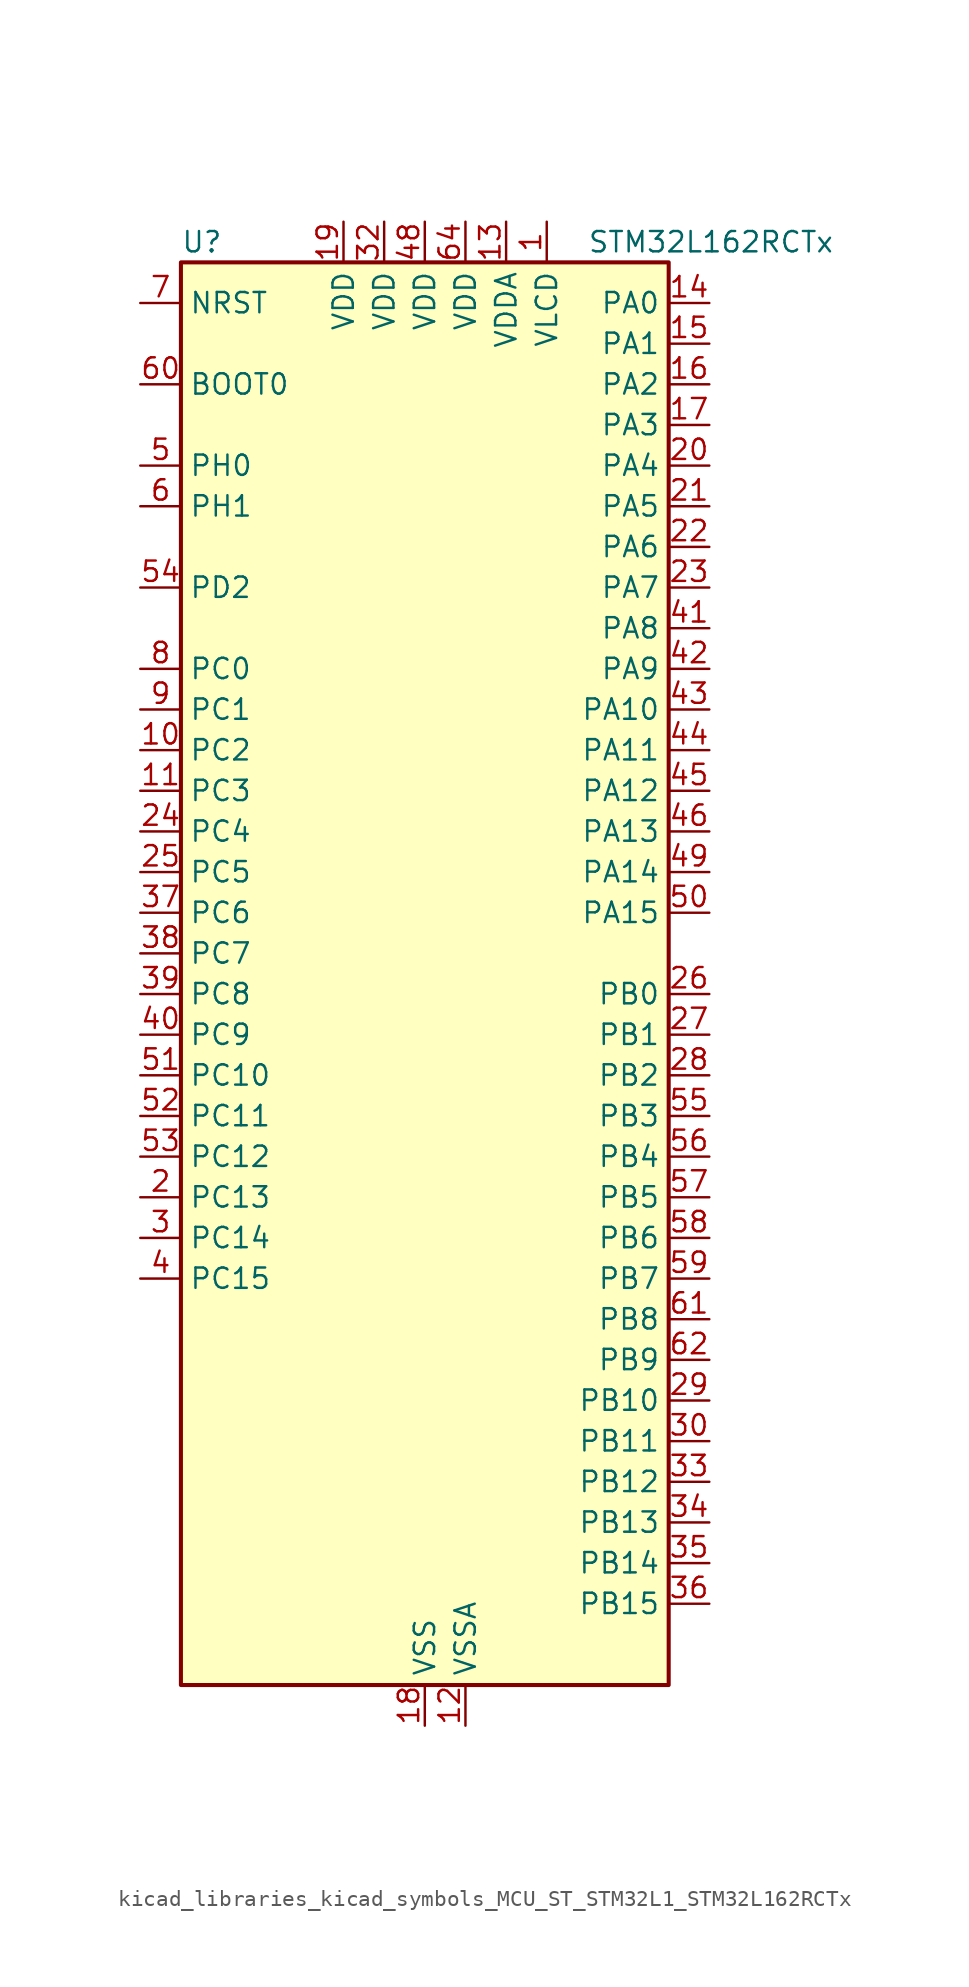
<source format=kicad_sym>
(kicad_symbol_lib
  (version 20220914)
  (generator kicad_symbol_editor)
  (symbol "kicad_libraries_kicad_symbols_MCU_ST_STM32L1_STM32L162RCTx"
    (property "Reference" "U"
      (at -15.24 46.99 0)
      (effects (font (size 1.27 1.27)) (justify left)))
    (property "Value" "STM32L162RCTx"
      (at 10.16 46.99 0)
      (effects (font (size 1.27 1.27)) (justify left)))
    (property "ki_locked" ""
      (at 0 0 0)
      (effects (font (size 1.27 1.27))))
    (symbol "kicad_libraries_kicad_symbols_MCU_ST_STM32L1_STM32L162RCTx_0_1"
      (rectangle (start -15.24 -43.18) (end 15.24 45.72) (stroke (width 0.254) (type default)) (fill (type background))))
    (symbol "kicad_libraries_kicad_symbols_MCU_ST_STM32L1_STM32L162RCTx_1_1"
      (pin power_in line (at 7.62 48.26 270) (length 2.54) (name "VLCD" (effects (font (size 1.27 1.27)))) (number "1" (effects (font (size 1.27 1.27)))))
      (pin bidirectional line (at -17.78 15.24 0) (length 2.54) (name "PC2" (effects (font (size 1.27 1.27)))) (number "10" (effects (font (size 1.27 1.27)))) (alternate "ADC_IN12" bidirectional line) (alternate "COMP1_INP" bidirectional line) (alternate "LCD_SEG20" bidirectional line) (alternate "TIMX_IC3" bidirectional line) (alternate "TS_G8_IO3" bidirectional line))
      (pin bidirectional line (at -17.78 12.7 0) (length 2.54) (name "PC3" (effects (font (size 1.27 1.27)))) (number "11" (effects (font (size 1.27 1.27)))) (alternate "ADC_IN13" bidirectional line) (alternate "COMP1_INP" bidirectional line) (alternate "LCD_SEG21" bidirectional line) (alternate "TIMX_IC4" bidirectional line) (alternate "TS_G8_IO4" bidirectional line))
      (pin power_in line (at 2.54 -45.72 90) (length 2.54) (name "VSSA" (effects (font (size 1.27 1.27)))) (number "12" (effects (font (size 1.27 1.27)))))
      (pin power_in line (at 5.08 48.26 270) (length 2.54) (name "VDDA" (effects (font (size 1.27 1.27)))) (number "13" (effects (font (size 1.27 1.27)))))
      (pin bidirectional line (at 17.78 43.18 180) (length 2.54) (name "PA0" (effects (font (size 1.27 1.27)))) (number "14" (effects (font (size 1.27 1.27)))) (alternate "ADC_IN0" bidirectional line) (alternate "COMP1_INP" bidirectional line) (alternate "RTC_TAMP2" bidirectional line) (alternate "SYS_WKUP1" bidirectional line) (alternate "TIM2_CH1" bidirectional line) (alternate "TIM2_ETR" bidirectional line) (alternate "TIM5_CH1" bidirectional line) (alternate "TIMX_IC1" bidirectional line) (alternate "TS_G1_IO1" bidirectional line) (alternate "USART2_CTS" bidirectional line))
      (pin bidirectional line (at 17.78 40.64 180) (length 2.54) (name "PA1" (effects (font (size 1.27 1.27)))) (number "15" (effects (font (size 1.27 1.27)))) (alternate "ADC_IN1" bidirectional line) (alternate "COMP1_INP" bidirectional line) (alternate "LCD_SEG0" bidirectional line) (alternate "OPAMP1_VINP" bidirectional line) (alternate "TIM2_CH2" bidirectional line) (alternate "TIM5_CH2" bidirectional line) (alternate "TIMX_IC2" bidirectional line) (alternate "TS_G1_IO2" bidirectional line) (alternate "USART2_RTS" bidirectional line))
      (pin bidirectional line (at 17.78 38.1 180) (length 2.54) (name "PA2" (effects (font (size 1.27 1.27)))) (number "16" (effects (font (size 1.27 1.27)))) (alternate "ADC_IN2" bidirectional line) (alternate "COMP1_INP" bidirectional line) (alternate "LCD_SEG1" bidirectional line) (alternate "OPAMP1_VINM" bidirectional line) (alternate "TIM2_CH3" bidirectional line) (alternate "TIM5_CH3" bidirectional line) (alternate "TIM9_CH1" bidirectional line) (alternate "TIMX_IC3" bidirectional line) (alternate "TS_G1_IO3" bidirectional line) (alternate "USART2_TX" bidirectional line))
      (pin bidirectional line (at 17.78 35.56 180) (length 2.54) (name "PA3" (effects (font (size 1.27 1.27)))) (number "17" (effects (font (size 1.27 1.27)))) (alternate "ADC_IN3" bidirectional line) (alternate "COMP1_INP" bidirectional line) (alternate "LCD_SEG2" bidirectional line) (alternate "OPAMP1_VOUT" bidirectional line) (alternate "TIM2_CH4" bidirectional line) (alternate "TIM5_CH4" bidirectional line) (alternate "TIM9_CH2" bidirectional line) (alternate "TIMX_IC4" bidirectional line) (alternate "TS_G1_IO4" bidirectional line) (alternate "USART2_RX" bidirectional line))
      (pin power_in line (at 0 -45.72 90) (length 2.54) (name "VSS" (effects (font (size 1.27 1.27)))) (number "18" (effects (font (size 1.27 1.27)))))
      (pin power_in line (at -5.08 48.26 270) (length 2.54) (name "VDD" (effects (font (size 1.27 1.27)))) (number "19" (effects (font (size 1.27 1.27)))))
      (pin bidirectional line (at -17.78 -12.7 0) (length 2.54) (name "PC13" (effects (font (size 1.27 1.27)))) (number "2" (effects (font (size 1.27 1.27)))) (alternate "RTC_OUT_ALARM" bidirectional line) (alternate "RTC_OUT_CALIB" bidirectional line) (alternate "RTC_TAMP1" bidirectional line) (alternate "RTC_TS" bidirectional line) (alternate "SYS_WKUP2" bidirectional line) (alternate "TIMX_IC2" bidirectional line))
      (pin bidirectional line (at 17.78 33.02 180) (length 2.54) (name "PA4" (effects (font (size 1.27 1.27)))) (number "20" (effects (font (size 1.27 1.27)))) (alternate "ADC_IN4" bidirectional line) (alternate "COMP1_INP" bidirectional line) (alternate "DAC_OUT1" bidirectional line) (alternate "I2S3_WS" bidirectional line) (alternate "SPI1_NSS" bidirectional line) (alternate "SPI3_NSS" bidirectional line) (alternate "TIMX_IC1" bidirectional line) (alternate "USART2_CK" bidirectional line))
      (pin bidirectional line (at 17.78 30.48 180) (length 2.54) (name "PA5" (effects (font (size 1.27 1.27)))) (number "21" (effects (font (size 1.27 1.27)))) (alternate "ADC_IN5" bidirectional line) (alternate "COMP1_INP" bidirectional line) (alternate "DAC_OUT2" bidirectional line) (alternate "SPI1_SCK" bidirectional line) (alternate "TIM2_CH1" bidirectional line) (alternate "TIM2_ETR" bidirectional line) (alternate "TIMX_IC2" bidirectional line))
      (pin bidirectional line (at 17.78 27.94 180) (length 2.54) (name "PA6" (effects (font (size 1.27 1.27)))) (number "22" (effects (font (size 1.27 1.27)))) (alternate "ADC_IN6" bidirectional line) (alternate "COMP1_INP" bidirectional line) (alternate "LCD_SEG3" bidirectional line) (alternate "OPAMP2_VINP" bidirectional line) (alternate "SPI1_MISO" bidirectional line) (alternate "TIM10_CH1" bidirectional line) (alternate "TIM3_CH1" bidirectional line) (alternate "TIMX_IC3" bidirectional line) (alternate "TS_G2_IO1" bidirectional line))
      (pin bidirectional line (at 17.78 25.4 180) (length 2.54) (name "PA7" (effects (font (size 1.27 1.27)))) (number "23" (effects (font (size 1.27 1.27)))) (alternate "ADC_IN7" bidirectional line) (alternate "COMP1_INP" bidirectional line) (alternate "LCD_SEG4" bidirectional line) (alternate "OPAMP2_VINM" bidirectional line) (alternate "SPI1_MOSI" bidirectional line) (alternate "TIM11_CH1" bidirectional line) (alternate "TIM3_CH2" bidirectional line) (alternate "TIMX_IC4" bidirectional line) (alternate "TS_G2_IO2" bidirectional line))
      (pin bidirectional line (at -17.78 10.16 0) (length 2.54) (name "PC4" (effects (font (size 1.27 1.27)))) (number "24" (effects (font (size 1.27 1.27)))) (alternate "ADC_IN14" bidirectional line) (alternate "COMP1_INP" bidirectional line) (alternate "LCD_SEG22" bidirectional line) (alternate "TIMX_IC1" bidirectional line) (alternate "TS_G9_IO1" bidirectional line))
      (pin bidirectional line (at -17.78 7.62 0) (length 2.54) (name "PC5" (effects (font (size 1.27 1.27)))) (number "25" (effects (font (size 1.27 1.27)))) (alternate "ADC_IN15" bidirectional line) (alternate "COMP1_INP" bidirectional line) (alternate "LCD_SEG23" bidirectional line) (alternate "TIMX_IC2" bidirectional line) (alternate "TS_G9_IO2" bidirectional line))
      (pin bidirectional line (at 17.78 0 180) (length 2.54) (name "PB0" (effects (font (size 1.27 1.27)))) (number "26" (effects (font (size 1.27 1.27)))) (alternate "ADC_IN8" bidirectional line) (alternate "COMP1_INP" bidirectional line) (alternate "LCD_SEG5" bidirectional line) (alternate "OPAMP2_VOUT" bidirectional line) (alternate "SYS_V_REF_OUT" bidirectional line) (alternate "TIM3_CH3" bidirectional line) (alternate "TS_G3_IO1" bidirectional line))
      (pin bidirectional line (at 17.78 -2.54 180) (length 2.54) (name "PB1" (effects (font (size 1.27 1.27)))) (number "27" (effects (font (size 1.27 1.27)))) (alternate "ADC_IN9" bidirectional line) (alternate "COMP1_INP" bidirectional line) (alternate "LCD_SEG6" bidirectional line) (alternate "SYS_V_REF_OUT" bidirectional line) (alternate "TIM3_CH4" bidirectional line) (alternate "TS_G3_IO2" bidirectional line))
      (pin bidirectional line (at 17.78 -5.08 180) (length 2.54) (name "PB2" (effects (font (size 1.27 1.27)))) (number "28" (effects (font (size 1.27 1.27)))) (alternate "TS_G3_IO3" bidirectional line))
      (pin bidirectional line (at 17.78 -25.4 180) (length 2.54) (name "PB10" (effects (font (size 1.27 1.27)))) (number "29" (effects (font (size 1.27 1.27)))) (alternate "I2C2_SCL" bidirectional line) (alternate "LCD_SEG10" bidirectional line) (alternate "TIM2_CH3" bidirectional line) (alternate "USART3_TX" bidirectional line))
      (pin bidirectional line (at -17.78 -15.24 0) (length 2.54) (name "PC14" (effects (font (size 1.27 1.27)))) (number "3" (effects (font (size 1.27 1.27)))) (alternate "RCC_OSC32_IN" bidirectional line) (alternate "TIMX_IC3" bidirectional line))
      (pin bidirectional line (at 17.78 -27.94 180) (length 2.54) (name "PB11" (effects (font (size 1.27 1.27)))) (number "30" (effects (font (size 1.27 1.27)))) (alternate "ADC_EXTI11" bidirectional line) (alternate "I2C2_SDA" bidirectional line) (alternate "LCD_SEG11" bidirectional line) (alternate "TIM2_CH4" bidirectional line) (alternate "USART3_RX" bidirectional line))
      (pin passive line (at 0 -45.72 90) (length 2.54) hide (name "VSS" (effects (font (size 1.27 1.27)))) (number "31" (effects (font (size 1.27 1.27)))))
      (pin power_in line (at -2.54 48.26 270) (length 2.54) (name "VDD" (effects (font (size 1.27 1.27)))) (number "32" (effects (font (size 1.27 1.27)))))
      (pin bidirectional line (at 17.78 -30.48 180) (length 2.54) (name "PB12" (effects (font (size 1.27 1.27)))) (number "33" (effects (font (size 1.27 1.27)))) (alternate "ADC_IN18" bidirectional line) (alternate "COMP1_INP" bidirectional line) (alternate "I2C2_SMBA" bidirectional line) (alternate "I2S2_WS" bidirectional line) (alternate "LCD_SEG12" bidirectional line) (alternate "SPI2_NSS" bidirectional line) (alternate "TIM10_CH1" bidirectional line) (alternate "TS_G7_IO1" bidirectional line) (alternate "USART3_CK" bidirectional line))
      (pin bidirectional line (at 17.78 -33.02 180) (length 2.54) (name "PB13" (effects (font (size 1.27 1.27)))) (number "34" (effects (font (size 1.27 1.27)))) (alternate "ADC_IN19" bidirectional line) (alternate "COMP1_INP" bidirectional line) (alternate "I2S2_CK" bidirectional line) (alternate "LCD_SEG13" bidirectional line) (alternate "SPI2_SCK" bidirectional line) (alternate "TIM9_CH1" bidirectional line) (alternate "TS_G7_IO2" bidirectional line) (alternate "USART3_CTS" bidirectional line))
      (pin bidirectional line (at 17.78 -35.56 180) (length 2.54) (name "PB14" (effects (font (size 1.27 1.27)))) (number "35" (effects (font (size 1.27 1.27)))) (alternate "ADC_IN20" bidirectional line) (alternate "COMP1_INP" bidirectional line) (alternate "LCD_SEG14" bidirectional line) (alternate "SPI2_MISO" bidirectional line) (alternate "TIM9_CH2" bidirectional line) (alternate "TS_G7_IO3" bidirectional line) (alternate "USART3_RTS" bidirectional line))
      (pin bidirectional line (at 17.78 -38.1 180) (length 2.54) (name "PB15" (effects (font (size 1.27 1.27)))) (number "36" (effects (font (size 1.27 1.27)))) (alternate "ADC_EXTI15" bidirectional line) (alternate "ADC_IN21" bidirectional line) (alternate "COMP1_INP" bidirectional line) (alternate "I2S2_SD" bidirectional line) (alternate "LCD_SEG15" bidirectional line) (alternate "RTC_REFIN" bidirectional line) (alternate "SPI2_MOSI" bidirectional line) (alternate "TIM11_CH1" bidirectional line) (alternate "TS_G7_IO4" bidirectional line))
      (pin bidirectional line (at -17.78 5.08 0) (length 2.54) (name "PC6" (effects (font (size 1.27 1.27)))) (number "37" (effects (font (size 1.27 1.27)))) (alternate "I2S2_MCK" bidirectional line) (alternate "LCD_SEG24" bidirectional line) (alternate "TIM3_CH1" bidirectional line) (alternate "TIMX_IC3" bidirectional line) (alternate "TS_G10_IO1" bidirectional line))
      (pin bidirectional line (at -17.78 2.54 0) (length 2.54) (name "PC7" (effects (font (size 1.27 1.27)))) (number "38" (effects (font (size 1.27 1.27)))) (alternate "I2S3_MCK" bidirectional line) (alternate "LCD_SEG25" bidirectional line) (alternate "TIM3_CH2" bidirectional line) (alternate "TIMX_IC4" bidirectional line) (alternate "TS_G10_IO2" bidirectional line))
      (pin bidirectional line (at -17.78 0 0) (length 2.54) (name "PC8" (effects (font (size 1.27 1.27)))) (number "39" (effects (font (size 1.27 1.27)))) (alternate "LCD_SEG26" bidirectional line) (alternate "TIM3_CH3" bidirectional line) (alternate "TIMX_IC1" bidirectional line) (alternate "TS_G10_IO3" bidirectional line))
      (pin bidirectional line (at -17.78 -17.78 0) (length 2.54) (name "PC15" (effects (font (size 1.27 1.27)))) (number "4" (effects (font (size 1.27 1.27)))) (alternate "ADC_EXTI15" bidirectional line) (alternate "RCC_OSC32_OUT" bidirectional line) (alternate "TIMX_IC4" bidirectional line))
      (pin bidirectional line (at -17.78 -2.54 0) (length 2.54) (name "PC9" (effects (font (size 1.27 1.27)))) (number "40" (effects (font (size 1.27 1.27)))) (alternate "DAC_EXTI9" bidirectional line) (alternate "LCD_SEG27" bidirectional line) (alternate "TIM3_CH4" bidirectional line) (alternate "TIMX_IC2" bidirectional line) (alternate "TS_G10_IO4" bidirectional line))
      (pin bidirectional line (at 17.78 22.86 180) (length 2.54) (name "PA8" (effects (font (size 1.27 1.27)))) (number "41" (effects (font (size 1.27 1.27)))) (alternate "LCD_COM0" bidirectional line) (alternate "RCC_MCO" bidirectional line) (alternate "TIMX_IC1" bidirectional line) (alternate "TS_G4_IO1" bidirectional line) (alternate "USART1_CK" bidirectional line))
      (pin bidirectional line (at 17.78 20.32 180) (length 2.54) (name "PA9" (effects (font (size 1.27 1.27)))) (number "42" (effects (font (size 1.27 1.27)))) (alternate "DAC_EXTI9" bidirectional line) (alternate "LCD_COM1" bidirectional line) (alternate "TIMX_IC2" bidirectional line) (alternate "TS_G4_IO2" bidirectional line) (alternate "USART1_TX" bidirectional line))
      (pin bidirectional line (at 17.78 17.78 180) (length 2.54) (name "PA10" (effects (font (size 1.27 1.27)))) (number "43" (effects (font (size 1.27 1.27)))) (alternate "LCD_COM2" bidirectional line) (alternate "TIMX_IC3" bidirectional line) (alternate "TS_G4_IO3" bidirectional line) (alternate "USART1_RX" bidirectional line))
      (pin bidirectional line (at 17.78 15.24 180) (length 2.54) (name "PA11" (effects (font (size 1.27 1.27)))) (number "44" (effects (font (size 1.27 1.27)))) (alternate "ADC_EXTI11" bidirectional line) (alternate "SPI1_MISO" bidirectional line) (alternate "TIMX_IC4" bidirectional line) (alternate "USART1_CTS" bidirectional line) (alternate "USB_DM" bidirectional line))
      (pin bidirectional line (at 17.78 12.7 180) (length 2.54) (name "PA12" (effects (font (size 1.27 1.27)))) (number "45" (effects (font (size 1.27 1.27)))) (alternate "SPI1_MOSI" bidirectional line) (alternate "TIMX_IC1" bidirectional line) (alternate "USART1_RTS" bidirectional line) (alternate "USB_DP" bidirectional line))
      (pin bidirectional line (at 17.78 10.16 180) (length 2.54) (name "PA13" (effects (font (size 1.27 1.27)))) (number "46" (effects (font (size 1.27 1.27)))) (alternate "SYS_JTMS-SWDIO" bidirectional line) (alternate "TIMX_IC2" bidirectional line) (alternate "TS_G5_IO1" bidirectional line))
      (pin passive line (at 0 -45.72 90) (length 2.54) hide (name "VSS" (effects (font (size 1.27 1.27)))) (number "47" (effects (font (size 1.27 1.27)))))
      (pin power_in line (at 0 48.26 270) (length 2.54) (name "VDD" (effects (font (size 1.27 1.27)))) (number "48" (effects (font (size 1.27 1.27)))))
      (pin bidirectional line (at 17.78 7.62 180) (length 2.54) (name "PA14" (effects (font (size 1.27 1.27)))) (number "49" (effects (font (size 1.27 1.27)))) (alternate "SYS_JTCK-SWCLK" bidirectional line) (alternate "TIMX_IC3" bidirectional line) (alternate "TS_G5_IO2" bidirectional line))
      (pin bidirectional line (at -17.78 33.02 0) (length 2.54) (name "PH0" (effects (font (size 1.27 1.27)))) (number "5" (effects (font (size 1.27 1.27)))) (alternate "RCC_OSC_IN" bidirectional line))
      (pin bidirectional line (at 17.78 5.08 180) (length 2.54) (name "PA15" (effects (font (size 1.27 1.27)))) (number "50" (effects (font (size 1.27 1.27)))) (alternate "ADC_EXTI15" bidirectional line) (alternate "I2S3_WS" bidirectional line) (alternate "LCD_SEG17" bidirectional line) (alternate "SPI1_NSS" bidirectional line) (alternate "SPI3_NSS" bidirectional line) (alternate "SYS_JTDI" bidirectional line) (alternate "TIM2_CH1" bidirectional line) (alternate "TIM2_ETR" bidirectional line) (alternate "TIMX_IC4" bidirectional line) (alternate "TS_G5_IO3" bidirectional line))
      (pin bidirectional line (at -17.78 -5.08 0) (length 2.54) (name "PC10" (effects (font (size 1.27 1.27)))) (number "51" (effects (font (size 1.27 1.27)))) (alternate "I2S3_CK" bidirectional line) (alternate "LCD_COM4" bidirectional line) (alternate "LCD_SEG28" bidirectional line) (alternate "SPI3_SCK" bidirectional line) (alternate "TIMX_IC3" bidirectional line) (alternate "USART3_TX" bidirectional line))
      (pin bidirectional line (at -17.78 -7.62 0) (length 2.54) (name "PC11" (effects (font (size 1.27 1.27)))) (number "52" (effects (font (size 1.27 1.27)))) (alternate "ADC_EXTI11" bidirectional line) (alternate "LCD_COM5" bidirectional line) (alternate "LCD_SEG29" bidirectional line) (alternate "SPI3_MISO" bidirectional line) (alternate "TIMX_IC4" bidirectional line) (alternate "USART3_RX" bidirectional line))
      (pin bidirectional line (at -17.78 -10.16 0) (length 2.54) (name "PC12" (effects (font (size 1.27 1.27)))) (number "53" (effects (font (size 1.27 1.27)))) (alternate "I2S3_SD" bidirectional line) (alternate "LCD_COM6" bidirectional line) (alternate "LCD_SEG30" bidirectional line) (alternate "SPI3_MOSI" bidirectional line) (alternate "TIMX_IC1" bidirectional line) (alternate "USART3_CK" bidirectional line))
      (pin bidirectional line (at -17.78 25.4 0) (length 2.54) (name "PD2" (effects (font (size 1.27 1.27)))) (number "54" (effects (font (size 1.27 1.27)))) (alternate "LCD_COM7" bidirectional line) (alternate "LCD_SEG31" bidirectional line) (alternate "TIM3_ETR" bidirectional line) (alternate "TIMX_IC3" bidirectional line))
      (pin bidirectional line (at 17.78 -7.62 180) (length 2.54) (name "PB3" (effects (font (size 1.27 1.27)))) (number "55" (effects (font (size 1.27 1.27)))) (alternate "COMP2_INM" bidirectional line) (alternate "I2S3_CK" bidirectional line) (alternate "LCD_SEG7" bidirectional line) (alternate "SPI1_SCK" bidirectional line) (alternate "SPI3_SCK" bidirectional line) (alternate "SYS_JTDO-TRACESWO" bidirectional line) (alternate "TIM2_CH2" bidirectional line))
      (pin bidirectional line (at 17.78 -10.16 180) (length 2.54) (name "PB4" (effects (font (size 1.27 1.27)))) (number "56" (effects (font (size 1.27 1.27)))) (alternate "COMP2_INP" bidirectional line) (alternate "LCD_SEG8" bidirectional line) (alternate "SPI1_MISO" bidirectional line) (alternate "SPI3_MISO" bidirectional line) (alternate "SYS_JTRST" bidirectional line) (alternate "TIM3_CH1" bidirectional line) (alternate "TS_G6_IO1" bidirectional line))
      (pin bidirectional line (at 17.78 -12.7 180) (length 2.54) (name "PB5" (effects (font (size 1.27 1.27)))) (number "57" (effects (font (size 1.27 1.27)))) (alternate "COMP2_INP" bidirectional line) (alternate "I2C1_SMBA" bidirectional line) (alternate "I2S3_SD" bidirectional line) (alternate "LCD_SEG9" bidirectional line) (alternate "SPI1_MOSI" bidirectional line) (alternate "SPI3_MOSI" bidirectional line) (alternate "TIM3_CH2" bidirectional line) (alternate "TS_G6_IO2" bidirectional line))
      (pin bidirectional line (at 17.78 -15.24 180) (length 2.54) (name "PB6" (effects (font (size 1.27 1.27)))) (number "58" (effects (font (size 1.27 1.27)))) (alternate "COMP2_INP" bidirectional line) (alternate "I2C1_SCL" bidirectional line) (alternate "TIM4_CH1" bidirectional line) (alternate "TS_G6_IO3" bidirectional line) (alternate "USART1_TX" bidirectional line))
      (pin bidirectional line (at 17.78 -17.78 180) (length 2.54) (name "PB7" (effects (font (size 1.27 1.27)))) (number "59" (effects (font (size 1.27 1.27)))) (alternate "COMP2_INP" bidirectional line) (alternate "I2C1_SDA" bidirectional line) (alternate "SYS_PVD_IN" bidirectional line) (alternate "TIM4_CH2" bidirectional line) (alternate "TS_G6_IO4" bidirectional line) (alternate "USART1_RX" bidirectional line))
      (pin bidirectional line (at -17.78 30.48 0) (length 2.54) (name "PH1" (effects (font (size 1.27 1.27)))) (number "6" (effects (font (size 1.27 1.27)))) (alternate "RCC_OSC_OUT" bidirectional line))
      (pin input line (at -17.78 38.1 0) (length 2.54) (name "BOOT0" (effects (font (size 1.27 1.27)))) (number "60" (effects (font (size 1.27 1.27)))))
      (pin bidirectional line (at 17.78 -20.32 180) (length 2.54) (name "PB8" (effects (font (size 1.27 1.27)))) (number "61" (effects (font (size 1.27 1.27)))) (alternate "I2C1_SCL" bidirectional line) (alternate "LCD_SEG16" bidirectional line) (alternate "TIM10_CH1" bidirectional line) (alternate "TIM4_CH3" bidirectional line))
      (pin bidirectional line (at 17.78 -22.86 180) (length 2.54) (name "PB9" (effects (font (size 1.27 1.27)))) (number "62" (effects (font (size 1.27 1.27)))) (alternate "DAC_EXTI9" bidirectional line) (alternate "I2C1_SDA" bidirectional line) (alternate "LCD_COM3" bidirectional line) (alternate "TIM11_CH1" bidirectional line) (alternate "TIM4_CH4" bidirectional line))
      (pin passive line (at 0 -45.72 90) (length 2.54) hide (name "VSS" (effects (font (size 1.27 1.27)))) (number "63" (effects (font (size 1.27 1.27)))))
      (pin power_in line (at 2.54 48.26 270) (length 2.54) (name "VDD" (effects (font (size 1.27 1.27)))) (number "64" (effects (font (size 1.27 1.27)))))
      (pin input line (at -17.78 43.18 0) (length 2.54) (name "NRST" (effects (font (size 1.27 1.27)))) (number "7" (effects (font (size 1.27 1.27)))))
      (pin bidirectional line (at -17.78 20.32 0) (length 2.54) (name "PC0" (effects (font (size 1.27 1.27)))) (number "8" (effects (font (size 1.27 1.27)))) (alternate "ADC_IN10" bidirectional line) (alternate "COMP1_INP" bidirectional line) (alternate "LCD_SEG18" bidirectional line) (alternate "TIMX_IC1" bidirectional line) (alternate "TS_G8_IO1" bidirectional line))
      (pin bidirectional line (at -17.78 17.78 0) (length 2.54) (name "PC1" (effects (font (size 1.27 1.27)))) (number "9" (effects (font (size 1.27 1.27)))) (alternate "ADC_IN11" bidirectional line) (alternate "COMP1_INP" bidirectional line) (alternate "LCD_SEG19" bidirectional line) (alternate "TIMX_IC2" bidirectional line) (alternate "TS_G8_IO2" bidirectional line)))))
</source>
